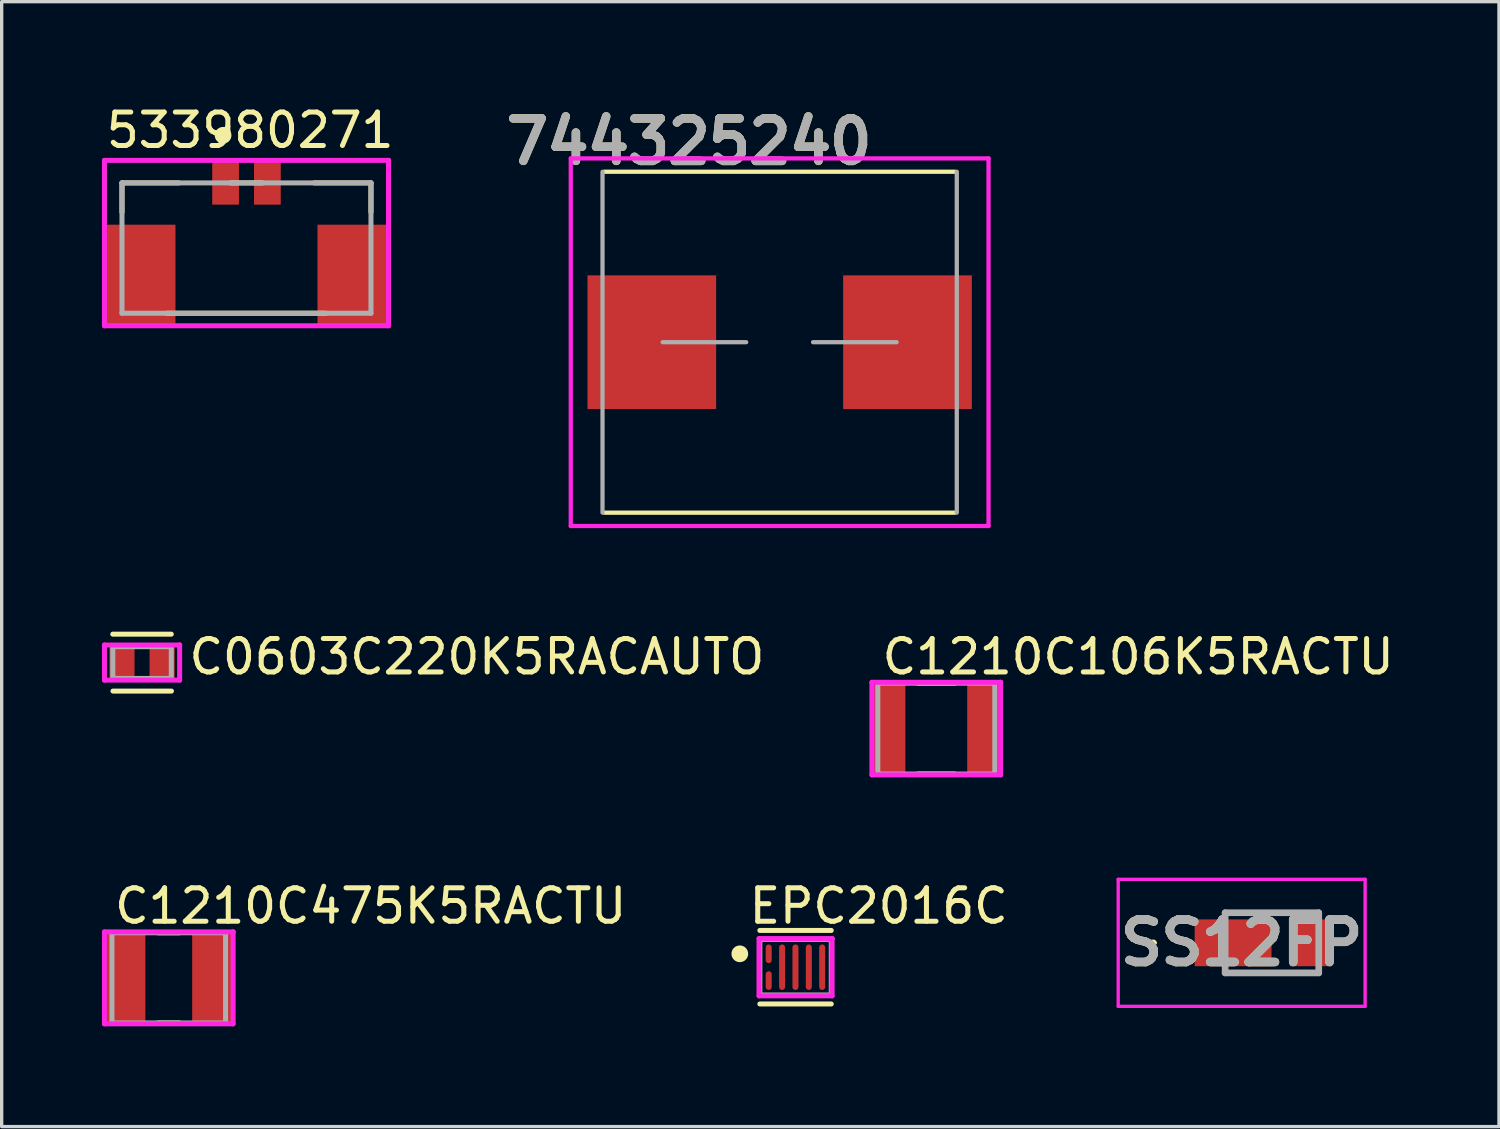
<source format=kicad_pcb>
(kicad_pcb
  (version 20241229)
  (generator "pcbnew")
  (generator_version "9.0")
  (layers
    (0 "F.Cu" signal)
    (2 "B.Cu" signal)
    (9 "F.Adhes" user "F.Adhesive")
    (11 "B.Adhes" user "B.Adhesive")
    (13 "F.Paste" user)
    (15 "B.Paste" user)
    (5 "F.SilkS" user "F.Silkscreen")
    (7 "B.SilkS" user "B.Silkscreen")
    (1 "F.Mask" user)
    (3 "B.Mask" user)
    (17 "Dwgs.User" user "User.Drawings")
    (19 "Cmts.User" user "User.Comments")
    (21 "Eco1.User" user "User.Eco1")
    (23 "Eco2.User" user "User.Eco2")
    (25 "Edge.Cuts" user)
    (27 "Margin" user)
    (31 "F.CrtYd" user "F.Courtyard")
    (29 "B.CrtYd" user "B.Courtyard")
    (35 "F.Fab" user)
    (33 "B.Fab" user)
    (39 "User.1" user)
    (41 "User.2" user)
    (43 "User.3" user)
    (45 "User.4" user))
  (footprint "SS12FP"
    (layer "F.Cu")
    (at 35.008 25.16)
    (property "Reference" "SS12FP" (at -0.906 0 0) (layer "F.SilkS") (effects (font (size 1.27 1.27) (thickness 0.254))))
    (attr smd)
    (fp_line (start -3.6 0) (end -3.6 0) (stroke (width 0.1) (type solid)) (layer "F.SilkS"))
    (fp_line (start -3.5 0) (end -3.5 0) (stroke (width 0.1) (type solid)) (layer "F.SilkS"))
    (fp_line (start -1.4 -0.9) (end 1.4 -0.9) (stroke (width 0.1) (type solid)) (layer "F.SilkS"))
    (fp_line (start -1.4 -0.8) (end -1.4 -0.9) (stroke (width 0.1) (type solid)) (layer "F.SilkS"))
    (fp_line (start -1.4 0.9) (end 1.4 0.9) (stroke (width 0.1) (type solid)) (layer "F.SilkS"))
    (fp_arc (start -3.6 0) (mid -3.55 -0.05) (end -3.5 0) (stroke (width 0.1) (type solid)) (layer "F.SilkS"))
    (fp_arc (start -3.5 0) (mid -3.55 0.05) (end -3.6 0) (stroke (width 0.1) (type solid)) (layer "F.SilkS"))
    (fp_line (start -4.6 -1.9) (end 2.788 -1.9) (stroke (width 0.1) (type solid)) (layer "F.CrtYd"))
    (fp_line (start -4.6 1.9) (end -4.6 -1.9) (stroke (width 0.1) (type solid)) (layer "F.CrtYd"))
    (fp_line (start 2.788 -1.9) (end 2.788 1.9) (stroke (width 0.1) (type solid)) (layer "F.CrtYd"))
    (fp_line (start 2.788 1.9) (end -4.6 1.9) (stroke (width 0.1) (type solid)) (layer "F.CrtYd"))
    (fp_line (start -1.4 -0.9) (end 1.4 -0.9) (stroke (width 0.2) (type solid)) (layer "F.Fab"))
    (fp_line (start -1.4 0.9) (end -1.4 -0.9) (stroke (width 0.2) (type solid)) (layer "F.Fab"))
    (fp_line (start 1.4 -0.9) (end 1.4 0.9) (stroke (width 0.2) (type solid)) (layer "F.Fab"))
    (fp_line (start 1.4 0.9) (end -1.4 0.9) (stroke (width 0.2) (type solid)) (layer "F.Fab"))
    (fp_text user "${REFERENCE}" (at -0.906 0 0) (layer "F.Fab") (effects (font (size 1.27 1.27) (thickness 0.254))))
    (pad "1" smd rect (at -1.163 0 90) (size 1.4 2.3) (layers "F.Cu" "F.Mask" "F.Paste"))
    (pad "2" smd rect (at 1.163 0) (size 1.25 1.4) (layers "F.Cu" "F.Mask" "F.Paste")))
  (footprint "EPC2016C"
    (layer "F.Cu")
    (at 20.754 25.89)
    (property "Reference" "EPC2016C" (at -1.468 -1.831 0) (layer "F.SilkS") (effects (font (size 1 1) (thickness 0.15)) (justify left)))
    (attr through_hole)
    (fp_line (start -1.068 -1.1) (end 1.068 -1.1) (stroke (width 0.15) (type solid)) (layer "F.SilkS"))
    (fp_line (start -1.068 1.1) (end 1.068 1.1) (stroke (width 0.15) (type solid)) (layer "F.SilkS"))
    (fp_circle (center -1.668 -0.401) (end -1.543 -0.401) (stroke (width 0.25) (type solid)) (fill no) (layer "F.SilkS"))
    (fp_line (start -1.093 -0.856) (end -1.093 0.856) (stroke (width 0.15) (type solid)) (layer "F.CrtYd"))
    (fp_line (start -1.093 0.856) (end 1.093 0.856) (stroke (width 0.15) (type solid)) (layer "F.CrtYd"))
    (fp_line (start 1.093 -0.856) (end -1.093 -0.856) (stroke (width 0.15) (type solid)) (layer "F.CrtYd"))
    (fp_line (start 1.093 -0.856) (end 1.093 -0.856) (stroke (width 0.15) (type solid)) (layer "F.CrtYd"))
    (fp_line (start 1.093 0.856) (end 1.093 -0.856) (stroke (width 0.15) (type solid)) (layer "F.CrtYd"))
    (fp_line (start -1.068 -0.831) (end 1.068 -0.831) (stroke (width 0.15) (type solid)) (layer "F.Fab"))
    (fp_line (start -1.068 0.831) (end -1.068 -0.831) (stroke (width 0.15) (type solid)) (layer "F.Fab"))
    (fp_line (start 1.068 -0.831) (end 1.068 0.831) (stroke (width 0.15) (type solid)) (layer "F.Fab"))
    (fp_line (start 1.068 0.831) (end -1.068 0.831) (stroke (width 0.15) (type solid)) (layer "F.Fab"))
    (pad "" smd roundrect (at -0.803 -0.401) (size 0.18 0.56) (layers "F.Mask" "F.Paste") (roundrect_rratio 0.5))
    (pad "" smd roundrect (at -0.803 0.401) (size 0.18 0.56) (layers "F.Mask" "F.Paste") (roundrect_rratio 0.5))
    (pad "" smd roundrect (at -0.403 0) (size 0.18 1.362) (layers "F.Mask" "F.Paste") (roundrect_rratio 0.5))
    (pad "" smd roundrect (at -0.003 0) (size 0.18 1.362) (layers "F.Mask" "F.Paste") (roundrect_rratio 0.5))
    (pad "" smd roundrect (at 0.397 0) (size 0.18 1.362) (layers "F.Mask" "F.Paste") (roundrect_rratio 0.5))
    (pad "" smd roundrect (at 0.797 0) (size 0.18 1.362) (layers "F.Mask" "F.Paste") (roundrect_rratio 0.5))
    (pad "1" smd roundrect (at -0.803 -0.401) (size 0.18 0.56) (layers "F.Cu") (roundrect_rratio 0.5))
    (pad "2" smd roundrect (at -0.803 0.401) (size 0.18 0.56) (layers "F.Cu") (roundrect_rratio 0.5))
    (pad "3" smd roundrect (at -0.403 0) (size 0.18 1.362) (layers "F.Cu") (roundrect_rratio 0.5))
    (pad "4" smd roundrect (at -0.003 0) (size 0.18 1.362) (layers "F.Cu") (roundrect_rratio 0.5))
    (pad "5" smd roundrect (at 0.397 0) (size 0.18 1.362) (layers "F.Cu") (roundrect_rratio 0.5))
    (pad "6" smd roundrect (at 0.797 0) (size 0.18 1.362) (layers "F.Cu") (roundrect_rratio 0.5)))
  (footprint "C1210C475K5RACTU"
    (layer "F.Cu")
    (at 2 26.209)
    (property "Reference" "C1210C475K5RACTU" (at -1.7 -2.15 0) (layer "F.SilkS") (effects (font (size 1 1) (thickness 0.15)) (justify left)))
    (attr through_hole)
    (fp_line (start -0.325 -1.35) (end 0.325 -1.35) (stroke (width 0.15) (type solid)) (layer "F.SilkS"))
    (fp_line (start -0.325 1.35) (end 0.325 1.35) (stroke (width 0.15) (type solid)) (layer "F.SilkS"))
    (fp_line (start -1.925 -1.375) (end -1.925 1.375) (stroke (width 0.15) (type solid)) (layer "F.CrtYd"))
    (fp_line (start -1.925 1.375) (end 1.925 1.375) (stroke (width 0.15) (type solid)) (layer "F.CrtYd"))
    (fp_line (start 1.925 -1.375) (end -1.925 -1.375) (stroke (width 0.15) (type solid)) (layer "F.CrtYd"))
    (fp_line (start 1.925 -1.375) (end 1.925 -1.375) (stroke (width 0.15) (type solid)) (layer "F.CrtYd"))
    (fp_line (start 1.925 1.375) (end 1.925 -1.375) (stroke (width 0.15) (type solid)) (layer "F.CrtYd"))
    (fp_line (start -1.7 -1.35) (end 1.7 -1.35) (stroke (width 0.15) (type solid)) (layer "F.Fab"))
    (fp_line (start -1.7 1.35) (end -1.7 -1.35) (stroke (width 0.15) (type solid)) (layer "F.Fab"))
    (fp_line (start 1.7 -1.35) (end 1.7 1.35) (stroke (width 0.15) (type solid)) (layer "F.Fab"))
    (fp_line (start 1.7 1.35) (end -1.7 1.35) (stroke (width 0.15) (type solid)) (layer "F.Fab"))
    (pad "1" smd rect (at -1.3 0) (size 1.2 2.7) (layers "F.Cu" "F.Mask" "F.Paste"))
    (pad "2" smd rect (at 1.3 0) (size 1.2 2.7) (layers "F.Cu" "F.Mask" "F.Paste")))
  (footprint "C0603C220K5RACAUTO"
    (layer "F.Cu")
    (at 1.2 16.775)
    (property "Reference" "C0603C220K5RACAUTO" (at 1.325 -0.175 0) (layer "F.SilkS") (effects (font (size 1 1) (thickness 0.15)) (justify left)))
    (attr through_hole)
    (fp_line (start -0.875 -0.85) (end 0.875 -0.85) (stroke (width 0.15) (type solid)) (layer "F.SilkS"))
    (fp_line (start -0.87 0.853) (end 0.88 0.853) (stroke (width 0.15) (type solid)) (layer "F.SilkS"))
    (fp_line (start -1.125 -0.525) (end -1.125 0.525) (stroke (width 0.15) (type solid)) (layer "F.CrtYd"))
    (fp_line (start -1.125 0.525) (end 1.125 0.525) (stroke (width 0.15) (type solid)) (layer "F.CrtYd"))
    (fp_line (start 1.125 -0.525) (end -1.125 -0.525) (stroke (width 0.15) (type solid)) (layer "F.CrtYd"))
    (fp_line (start 1.125 -0.525) (end 1.125 -0.525) (stroke (width 0.15) (type solid)) (layer "F.CrtYd"))
    (fp_line (start 1.125 0.525) (end 1.125 -0.525) (stroke (width 0.15) (type solid)) (layer "F.CrtYd"))
    (fp_line (start -0.875 -0.475) (end 0.875 -0.475) (stroke (width 0.15) (type solid)) (layer "F.Fab"))
    (fp_line (start -0.875 0.475) (end -0.875 -0.475) (stroke (width 0.15) (type solid)) (layer "F.Fab"))
    (fp_line (start 0.875 -0.475) (end 0.875 0.475) (stroke (width 0.15) (type solid)) (layer "F.Fab"))
    (fp_line (start 0.875 0.475) (end -0.875 0.475) (stroke (width 0.15) (type solid)) (layer "F.Fab"))
    (pad "1" smd rect (at -0.6 0) (size 0.75 0.9) (layers "F.Cu" "F.Mask" "F.Paste"))
    (pad "2" smd rect (at 0.6 0) (size 0.75 0.9) (layers "F.Cu" "F.Mask" "F.Paste")))
  (footprint "C1210C106K5RACTU"
    (layer "F.Cu")
    (at 24.965 18.75)
    (property "Reference" "C1210C106K5RACTU" (at -1.7 -2.15 0) (layer "F.SilkS") (effects (font (size 1 1) (thickness 0.15)) (justify left)))
    (attr through_hole)
    (fp_line (start -0.55 -1.36) (end 0.55 -1.36) (stroke (width 0.15) (type solid)) (layer "F.SilkS"))
    (fp_line (start -0.55 1.36) (end 0.55 1.36) (stroke (width 0.15) (type solid)) (layer "F.SilkS"))
    (fp_line (start -1.925 -1.385) (end -1.925 1.385) (stroke (width 0.15) (type solid)) (layer "F.CrtYd"))
    (fp_line (start -1.925 1.385) (end 1.925 1.385) (stroke (width 0.15) (type solid)) (layer "F.CrtYd"))
    (fp_line (start 1.925 -1.385) (end -1.925 -1.385) (stroke (width 0.15) (type solid)) (layer "F.CrtYd"))
    (fp_line (start 1.925 -1.385) (end 1.925 -1.385) (stroke (width 0.15) (type solid)) (layer "F.CrtYd"))
    (fp_line (start 1.925 1.385) (end 1.925 -1.385) (stroke (width 0.15) (type solid)) (layer "F.CrtYd"))
    (fp_line (start -1.75 -1.36) (end 1.75 -1.36) (stroke (width 0.15) (type solid)) (layer "F.Fab"))
    (fp_line (start -1.75 1.36) (end -1.75 -1.36) (stroke (width 0.15) (type solid)) (layer "F.Fab"))
    (fp_line (start 1.75 -1.36) (end 1.75 1.36) (stroke (width 0.15) (type solid)) (layer "F.Fab"))
    (fp_line (start 1.75 1.36) (end -1.75 1.36) (stroke (width 0.15) (type solid)) (layer "F.Fab"))
    (pad "1" smd rect (at -1.4 0) (size 0.95 2.6) (layers "F.Cu" "F.Mask" "F.Paste"))
    (pad "2" smd rect (at 1.4 0) (size 0.95 2.6) (layers "F.Cu" "F.Mask" "F.Paste")))
  (footprint "533980271"
    (layer "F.Cu")
    (at 4.325 4.373)
    (property "Reference" "533980271" (at -4.275 -3.525 0) (layer "F.SilkS") (effects (font (size 1 1) (thickness 0.15)) (justify left)))
    (attr through_hole)
    (fp_line (start -3.725 -1.95) (end -2.025 -1.95) (stroke (width 0.15) (type solid)) (layer "F.SilkS"))
    (fp_line (start -3.725 -1.075) (end -3.725 -1.95) (stroke (width 0.15) (type solid)) (layer "F.SilkS"))
    (fp_line (start -2.375 1.95) (end 2.375 1.95) (stroke (width 0.15) (type solid)) (layer "F.SilkS"))
    (fp_line (start -0.475 -1.95) (end 0.475 -1.95) (stroke (width 0.15) (type solid)) (layer "F.SilkS"))
    (fp_line (start 2.025 -1.95) (end 3.725 -1.95) (stroke (width 0.15) (type solid)) (layer "F.SilkS"))
    (fp_line (start 3.725 -1.075) (end 3.725 -1.95) (stroke (width 0.15) (type solid)) (layer "F.SilkS"))
    (fp_circle (center -0.7 -3.375) (end -0.575 -3.375) (stroke (width 0.25) (type solid)) (fill no) (layer "F.SilkS"))
    (fp_line (start -4.25 -2.625) (end -4.25 2.325) (stroke (width 0.15) (type solid)) (layer "F.CrtYd"))
    (fp_line (start -4.25 2.325) (end 4.25 2.325) (stroke (width 0.15) (type solid)) (layer "F.CrtYd"))
    (fp_line (start 4.25 -2.625) (end -4.25 -2.625) (stroke (width 0.15) (type solid)) (layer "F.CrtYd"))
    (fp_line (start 4.25 -2.625) (end 4.25 -2.625) (stroke (width 0.15) (type solid)) (layer "F.CrtYd"))
    (fp_line (start 4.25 2.325) (end 4.25 -2.625) (stroke (width 0.15) (type solid)) (layer "F.CrtYd"))
    (fp_line (start -3.725 -1.95) (end 3.725 -1.95) (stroke (width 0.15) (type solid)) (layer "F.Fab"))
    (fp_line (start -3.725 1.95) (end -3.725 -1.95) (stroke (width 0.15) (type solid)) (layer "F.Fab"))
    (fp_line (start 3.725 -1.95) (end 3.725 1.95) (stroke (width 0.15) (type solid)) (layer "F.Fab"))
    (fp_line (start 3.725 1.95) (end -3.725 1.95) (stroke (width 0.15) (type solid)) (layer "F.Fab"))
    (pad "1" smd rect (at -0.625 -1.95) (size 0.8 1.3) (layers "F.Cu" "F.Mask" "F.Paste"))
    (pad "2" smd rect (at 0.625 -1.95) (size 0.8 1.3) (layers "F.Cu" "F.Mask" "F.Paste"))
    (pad "3" smd rect (at -3.175 0.8) (size 2.1 3) (layers "F.Cu" "F.Mask" "F.Paste"))
    (pad "4" smd rect (at 3.175 0.8) (size 2.1 3) (layers "F.Cu" "F.Mask" "F.Paste")))
  (footprint "744325240"
    (layer "F.Cu")
    (at 20.278 7.189)
    (property "Reference" "744325240" (at -2.71 -6 0) (layer "F.SilkS") (effects (font (size 1.27 1.27) (thickness 0.254))))
    (attr smd)
    (fp_line (start -5.25 -5.1) (end 5.25 -5.1) (stroke (width 0.127) (type solid)) (layer "F.SilkS"))
    (fp_line (start -5.25 5.1) (end 5.25 5.1) (stroke (width 0.127) (type solid)) (layer "F.SilkS"))
    (fp_line (start -6.25 -5.5) (end -6.25 5.5) (stroke (width 0.127) (type solid)) (layer "F.CrtYd"))
    (fp_line (start -6.25 5.5) (end 6.25 5.5) (stroke (width 0.127) (type solid)) (layer "F.CrtYd"))
    (fp_line (start 6.25 -5.5) (end -6.25 -5.5) (stroke (width 0.127) (type solid)) (layer "F.CrtYd"))
    (fp_line (start 6.25 5.5) (end 6.25 -5.5) (stroke (width 0.127) (type solid)) (layer "F.CrtYd"))
    (fp_line (start -5.3 -5.1) (end -5.3 5.1) (stroke (width 0.127) (type solid)) (layer "F.Fab"))
    (fp_line (start -3.5 0) (end -1 0) (stroke (width 0.127) (type solid)) (layer "F.Fab"))
    (fp_line (start 1 0) (end 3.5 0) (stroke (width 0.127) (type solid)) (layer "F.Fab"))
    (fp_line (start 5.3 -5.1) (end 5.3 5.1) (stroke (width 0.127) (type solid)) (layer "F.Fab"))
    (fp_text user "${REFERENCE}" (at -2.71 -6 0) (layer "F.Fab") (effects (font (size 1.27 1.27) (thickness 0.254))))
    (pad "1" smd rect (at -3.825 0) (size 3.85 4) (layers "F.Cu" "F.Mask" "F.Paste"))
    (pad "2" smd rect (at 3.825 0) (size 3.85 4) (layers "F.Cu" "F.Mask" "F.Paste")))
  (gr_rect
    (start -3 -3)
    (end 41.801 30.659)
    (stroke (width 0.1) (type default))
    (fill no)
    (layer "Edge.Cuts")))
</source>
